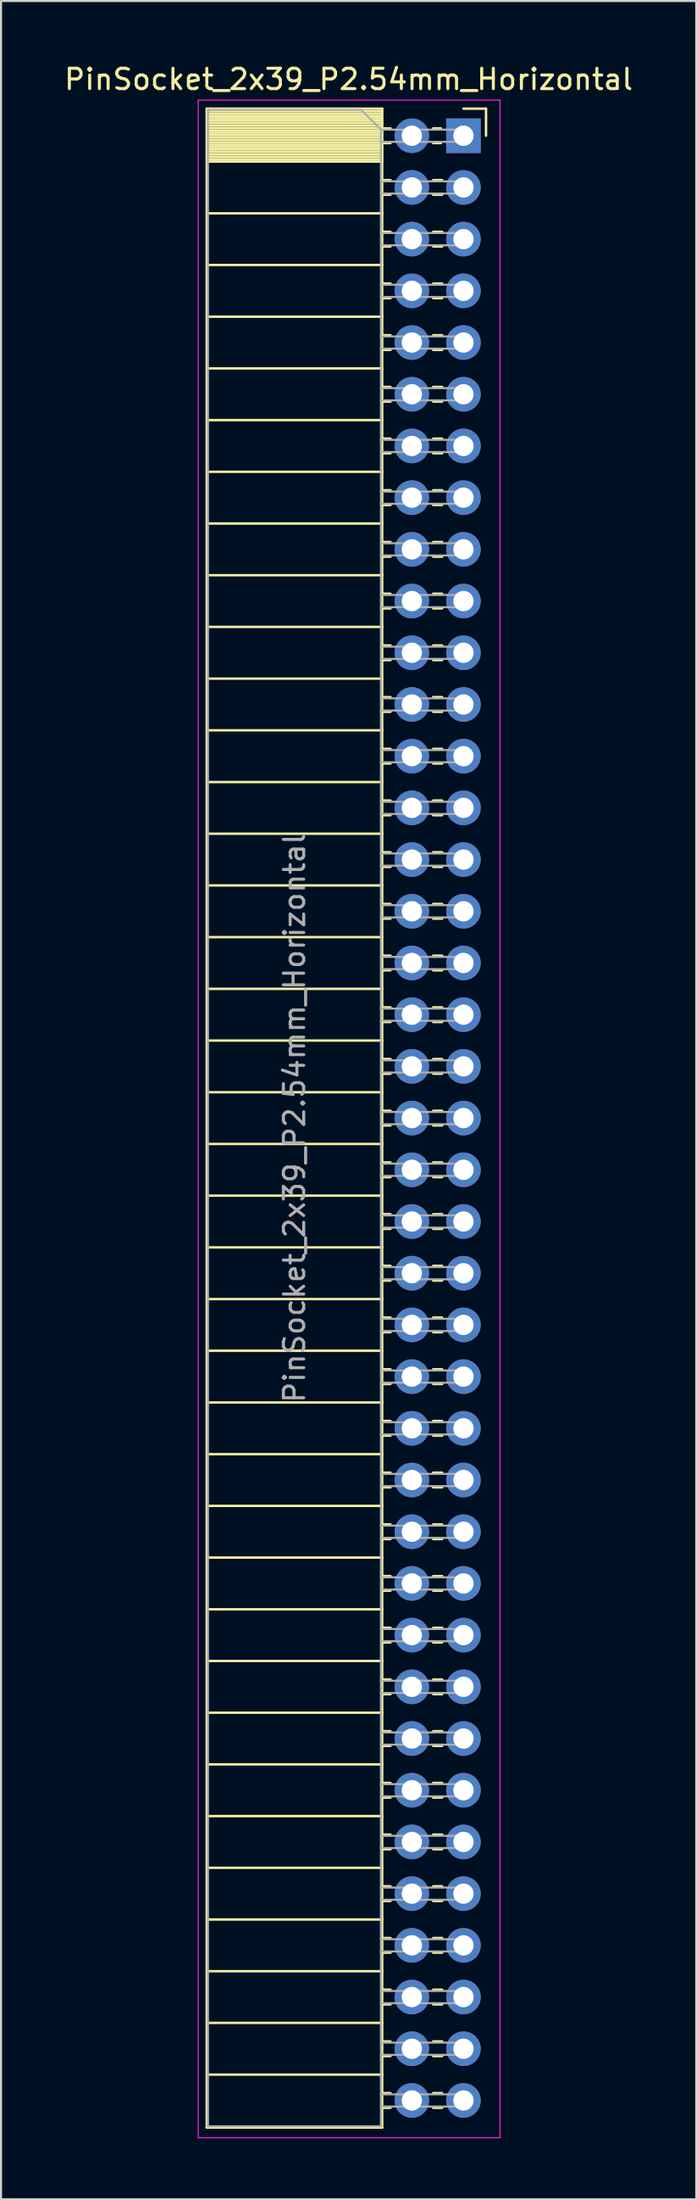
<source format=kicad_pcb>
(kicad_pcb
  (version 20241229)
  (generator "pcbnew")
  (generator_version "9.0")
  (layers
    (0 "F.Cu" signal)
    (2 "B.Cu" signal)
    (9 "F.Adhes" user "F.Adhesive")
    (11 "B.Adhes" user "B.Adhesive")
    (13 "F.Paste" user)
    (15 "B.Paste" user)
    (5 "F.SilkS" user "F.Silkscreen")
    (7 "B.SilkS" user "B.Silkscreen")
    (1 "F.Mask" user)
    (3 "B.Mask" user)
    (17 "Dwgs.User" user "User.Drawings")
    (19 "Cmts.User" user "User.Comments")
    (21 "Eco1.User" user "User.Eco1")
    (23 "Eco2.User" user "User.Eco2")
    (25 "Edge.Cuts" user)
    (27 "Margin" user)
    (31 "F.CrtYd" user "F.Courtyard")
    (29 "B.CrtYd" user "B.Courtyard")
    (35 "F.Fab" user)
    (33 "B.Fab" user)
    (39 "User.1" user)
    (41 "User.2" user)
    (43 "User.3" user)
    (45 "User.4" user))
  (footprint "PinSocket_2x39_P2.54mm_Horizontal"
    (layer "F.Cu")
    (at 19.751 3.618)
    (property "Reference" "PinSocket_2x39_P2.54mm_Horizontal" (at -5.65 -2.77 0) (layer "F.SilkS") (effects (font (size 1 1) (thickness 0.15))))
    (attr through_hole)
    (fp_line (start -12.63 -1.33) (end -12.63 97.85) (stroke (width 0.12) (type solid)) (layer "F.SilkS"))
    (fp_line (start -12.63 -1.33) (end -4 -1.33) (stroke (width 0.12) (type solid)) (layer "F.SilkS"))
    (fp_line (start -12.63 -1.21) (end -4 -1.21) (stroke (width 0.12) (type solid)) (layer "F.SilkS"))
    (fp_line (start -12.63 -1.092) (end -4 -1.092) (stroke (width 0.12) (type solid)) (layer "F.SilkS"))
    (fp_line (start -12.63 -0.974) (end -4 -0.974) (stroke (width 0.12) (type solid)) (layer "F.SilkS"))
    (fp_line (start -12.63 -0.856) (end -4 -0.856) (stroke (width 0.12) (type solid)) (layer "F.SilkS"))
    (fp_line (start -12.63 -0.738) (end -4 -0.738) (stroke (width 0.12) (type solid)) (layer "F.SilkS"))
    (fp_line (start -12.63 -0.62) (end -4 -0.62) (stroke (width 0.12) (type solid)) (layer "F.SilkS"))
    (fp_line (start -12.63 -0.501) (end -4 -0.501) (stroke (width 0.12) (type solid)) (layer "F.SilkS"))
    (fp_line (start -12.63 -0.383) (end -4 -0.383) (stroke (width 0.12) (type solid)) (layer "F.SilkS"))
    (fp_line (start -12.63 -0.265) (end -4 -0.265) (stroke (width 0.12) (type solid)) (layer "F.SilkS"))
    (fp_line (start -12.63 -0.147) (end -4 -0.147) (stroke (width 0.12) (type solid)) (layer "F.SilkS"))
    (fp_line (start -12.63 -0.029) (end -4 -0.029) (stroke (width 0.12) (type solid)) (layer "F.SilkS"))
    (fp_line (start -12.63 0.089) (end -4 0.089) (stroke (width 0.12) (type solid)) (layer "F.SilkS"))
    (fp_line (start -12.63 0.207) (end -4 0.207) (stroke (width 0.12) (type solid)) (layer "F.SilkS"))
    (fp_line (start -12.63 0.325) (end -4 0.325) (stroke (width 0.12) (type solid)) (layer "F.SilkS"))
    (fp_line (start -12.63 0.443) (end -4 0.443) (stroke (width 0.12) (type solid)) (layer "F.SilkS"))
    (fp_line (start -12.63 0.561) (end -4 0.561) (stroke (width 0.12) (type solid)) (layer "F.SilkS"))
    (fp_line (start -12.63 0.68) (end -4 0.68) (stroke (width 0.12) (type solid)) (layer "F.SilkS"))
    (fp_line (start -12.63 0.798) (end -4 0.798) (stroke (width 0.12) (type solid)) (layer "F.SilkS"))
    (fp_line (start -12.63 0.916) (end -4 0.916) (stroke (width 0.12) (type solid)) (layer "F.SilkS"))
    (fp_line (start -12.63 1.034) (end -4 1.034) (stroke (width 0.12) (type solid)) (layer "F.SilkS"))
    (fp_line (start -12.63 1.152) (end -4 1.152) (stroke (width 0.12) (type solid)) (layer "F.SilkS"))
    (fp_line (start -12.63 1.27) (end -4 1.27) (stroke (width 0.12) (type solid)) (layer "F.SilkS"))
    (fp_line (start -12.63 3.81) (end -4 3.81) (stroke (width 0.12) (type solid)) (layer "F.SilkS"))
    (fp_line (start -12.63 6.35) (end -4 6.35) (stroke (width 0.12) (type solid)) (layer "F.SilkS"))
    (fp_line (start -12.63 8.89) (end -4 8.89) (stroke (width 0.12) (type solid)) (layer "F.SilkS"))
    (fp_line (start -12.63 11.43) (end -4 11.43) (stroke (width 0.12) (type solid)) (layer "F.SilkS"))
    (fp_line (start -12.63 13.97) (end -4 13.97) (stroke (width 0.12) (type solid)) (layer "F.SilkS"))
    (fp_line (start -12.63 16.51) (end -4 16.51) (stroke (width 0.12) (type solid)) (layer "F.SilkS"))
    (fp_line (start -12.63 19.05) (end -4 19.05) (stroke (width 0.12) (type solid)) (layer "F.SilkS"))
    (fp_line (start -12.63 21.59) (end -4 21.59) (stroke (width 0.12) (type solid)) (layer "F.SilkS"))
    (fp_line (start -12.63 24.13) (end -4 24.13) (stroke (width 0.12) (type solid)) (layer "F.SilkS"))
    (fp_line (start -12.63 26.67) (end -4 26.67) (stroke (width 0.12) (type solid)) (layer "F.SilkS"))
    (fp_line (start -12.63 29.21) (end -4 29.21) (stroke (width 0.12) (type solid)) (layer "F.SilkS"))
    (fp_line (start -12.63 31.75) (end -4 31.75) (stroke (width 0.12) (type solid)) (layer "F.SilkS"))
    (fp_line (start -12.63 34.29) (end -4 34.29) (stroke (width 0.12) (type solid)) (layer "F.SilkS"))
    (fp_line (start -12.63 36.83) (end -4 36.83) (stroke (width 0.12) (type solid)) (layer "F.SilkS"))
    (fp_line (start -12.63 39.37) (end -4 39.37) (stroke (width 0.12) (type solid)) (layer "F.SilkS"))
    (fp_line (start -12.63 41.91) (end -4 41.91) (stroke (width 0.12) (type solid)) (layer "F.SilkS"))
    (fp_line (start -12.63 44.45) (end -4 44.45) (stroke (width 0.12) (type solid)) (layer "F.SilkS"))
    (fp_line (start -12.63 46.99) (end -4 46.99) (stroke (width 0.12) (type solid)) (layer "F.SilkS"))
    (fp_line (start -12.63 49.53) (end -4 49.53) (stroke (width 0.12) (type solid)) (layer "F.SilkS"))
    (fp_line (start -12.63 52.07) (end -4 52.07) (stroke (width 0.12) (type solid)) (layer "F.SilkS"))
    (fp_line (start -12.63 54.61) (end -4 54.61) (stroke (width 0.12) (type solid)) (layer "F.SilkS"))
    (fp_line (start -12.63 57.15) (end -4 57.15) (stroke (width 0.12) (type solid)) (layer "F.SilkS"))
    (fp_line (start -12.63 59.69) (end -4 59.69) (stroke (width 0.12) (type solid)) (layer "F.SilkS"))
    (fp_line (start -12.63 62.23) (end -4 62.23) (stroke (width 0.12) (type solid)) (layer "F.SilkS"))
    (fp_line (start -12.63 64.77) (end -4 64.77) (stroke (width 0.12) (type solid)) (layer "F.SilkS"))
    (fp_line (start -12.63 67.31) (end -4 67.31) (stroke (width 0.12) (type solid)) (layer "F.SilkS"))
    (fp_line (start -12.63 69.85) (end -4 69.85) (stroke (width 0.12) (type solid)) (layer "F.SilkS"))
    (fp_line (start -12.63 72.39) (end -4 72.39) (stroke (width 0.12) (type solid)) (layer "F.SilkS"))
    (fp_line (start -12.63 74.93) (end -4 74.93) (stroke (width 0.12) (type solid)) (layer "F.SilkS"))
    (fp_line (start -12.63 77.47) (end -4 77.47) (stroke (width 0.12) (type solid)) (layer "F.SilkS"))
    (fp_line (start -12.63 80.01) (end -4 80.01) (stroke (width 0.12) (type solid)) (layer "F.SilkS"))
    (fp_line (start -12.63 82.55) (end -4 82.55) (stroke (width 0.12) (type solid)) (layer "F.SilkS"))
    (fp_line (start -12.63 85.09) (end -4 85.09) (stroke (width 0.12) (type solid)) (layer "F.SilkS"))
    (fp_line (start -12.63 87.63) (end -4 87.63) (stroke (width 0.12) (type solid)) (layer "F.SilkS"))
    (fp_line (start -12.63 90.17) (end -4 90.17) (stroke (width 0.12) (type solid)) (layer "F.SilkS"))
    (fp_line (start -12.63 92.71) (end -4 92.71) (stroke (width 0.12) (type solid)) (layer "F.SilkS"))
    (fp_line (start -12.63 95.25) (end -4 95.25) (stroke (width 0.12) (type solid)) (layer "F.SilkS"))
    (fp_line (start -12.63 97.85) (end -4 97.85) (stroke (width 0.12) (type solid)) (layer "F.SilkS"))
    (fp_line (start -4 -1.33) (end -4 97.85) (stroke (width 0.12) (type solid)) (layer "F.SilkS"))
    (fp_line (start -4 -0.36) (end -3.59 -0.36) (stroke (width 0.12) (type solid)) (layer "F.SilkS"))
    (fp_line (start -4 0.36) (end -3.59 0.36) (stroke (width 0.12) (type solid)) (layer "F.SilkS"))
    (fp_line (start -4 2.18) (end -3.59 2.18) (stroke (width 0.12) (type solid)) (layer "F.SilkS"))
    (fp_line (start -4 2.9) (end -3.59 2.9) (stroke (width 0.12) (type solid)) (layer "F.SilkS"))
    (fp_line (start -4 4.72) (end -3.59 4.72) (stroke (width 0.12) (type solid)) (layer "F.SilkS"))
    (fp_line (start -4 5.44) (end -3.59 5.44) (stroke (width 0.12) (type solid)) (layer "F.SilkS"))
    (fp_line (start -4 7.26) (end -3.59 7.26) (stroke (width 0.12) (type solid)) (layer "F.SilkS"))
    (fp_line (start -4 7.98) (end -3.59 7.98) (stroke (width 0.12) (type solid)) (layer "F.SilkS"))
    (fp_line (start -4 9.8) (end -3.59 9.8) (stroke (width 0.12) (type solid)) (layer "F.SilkS"))
    (fp_line (start -4 10.52) (end -3.59 10.52) (stroke (width 0.12) (type solid)) (layer "F.SilkS"))
    (fp_line (start -4 12.34) (end -3.59 12.34) (stroke (width 0.12) (type solid)) (layer "F.SilkS"))
    (fp_line (start -4 13.06) (end -3.59 13.06) (stroke (width 0.12) (type solid)) (layer "F.SilkS"))
    (fp_line (start -4 14.88) (end -3.59 14.88) (stroke (width 0.12) (type solid)) (layer "F.SilkS"))
    (fp_line (start -4 15.6) (end -3.59 15.6) (stroke (width 0.12) (type solid)) (layer "F.SilkS"))
    (fp_line (start -4 17.42) (end -3.59 17.42) (stroke (width 0.12) (type solid)) (layer "F.SilkS"))
    (fp_line (start -4 18.14) (end -3.59 18.14) (stroke (width 0.12) (type solid)) (layer "F.SilkS"))
    (fp_line (start -4 19.96) (end -3.59 19.96) (stroke (width 0.12) (type solid)) (layer "F.SilkS"))
    (fp_line (start -4 20.68) (end -3.59 20.68) (stroke (width 0.12) (type solid)) (layer "F.SilkS"))
    (fp_line (start -4 22.5) (end -3.59 22.5) (stroke (width 0.12) (type solid)) (layer "F.SilkS"))
    (fp_line (start -4 23.22) (end -3.59 23.22) (stroke (width 0.12) (type solid)) (layer "F.SilkS"))
    (fp_line (start -4 25.04) (end -3.59 25.04) (stroke (width 0.12) (type solid)) (layer "F.SilkS"))
    (fp_line (start -4 25.76) (end -3.59 25.76) (stroke (width 0.12) (type solid)) (layer "F.SilkS"))
    (fp_line (start -4 27.58) (end -3.59 27.58) (stroke (width 0.12) (type solid)) (layer "F.SilkS"))
    (fp_line (start -4 28.3) (end -3.59 28.3) (stroke (width 0.12) (type solid)) (layer "F.SilkS"))
    (fp_line (start -4 30.12) (end -3.59 30.12) (stroke (width 0.12) (type solid)) (layer "F.SilkS"))
    (fp_line (start -4 30.84) (end -3.59 30.84) (stroke (width 0.12) (type solid)) (layer "F.SilkS"))
    (fp_line (start -4 32.66) (end -3.59 32.66) (stroke (width 0.12) (type solid)) (layer "F.SilkS"))
    (fp_line (start -4 33.38) (end -3.59 33.38) (stroke (width 0.12) (type solid)) (layer "F.SilkS"))
    (fp_line (start -4 35.2) (end -3.59 35.2) (stroke (width 0.12) (type solid)) (layer "F.SilkS"))
    (fp_line (start -4 35.92) (end -3.59 35.92) (stroke (width 0.12) (type solid)) (layer "F.SilkS"))
    (fp_line (start -4 37.74) (end -3.59 37.74) (stroke (width 0.12) (type solid)) (layer "F.SilkS"))
    (fp_line (start -4 38.46) (end -3.59 38.46) (stroke (width 0.12) (type solid)) (layer "F.SilkS"))
    (fp_line (start -4 40.28) (end -3.59 40.28) (stroke (width 0.12) (type solid)) (layer "F.SilkS"))
    (fp_line (start -4 41) (end -3.59 41) (stroke (width 0.12) (type solid)) (layer "F.SilkS"))
    (fp_line (start -4 42.82) (end -3.59 42.82) (stroke (width 0.12) (type solid)) (layer "F.SilkS"))
    (fp_line (start -4 43.54) (end -3.59 43.54) (stroke (width 0.12) (type solid)) (layer "F.SilkS"))
    (fp_line (start -4 45.36) (end -3.59 45.36) (stroke (width 0.12) (type solid)) (layer "F.SilkS"))
    (fp_line (start -4 46.08) (end -3.59 46.08) (stroke (width 0.12) (type solid)) (layer "F.SilkS"))
    (fp_line (start -4 47.9) (end -3.59 47.9) (stroke (width 0.12) (type solid)) (layer "F.SilkS"))
    (fp_line (start -4 48.62) (end -3.59 48.62) (stroke (width 0.12) (type solid)) (layer "F.SilkS"))
    (fp_line (start -4 50.44) (end -3.59 50.44) (stroke (width 0.12) (type solid)) (layer "F.SilkS"))
    (fp_line (start -4 51.16) (end -3.59 51.16) (stroke (width 0.12) (type solid)) (layer "F.SilkS"))
    (fp_line (start -4 52.98) (end -3.59 52.98) (stroke (width 0.12) (type solid)) (layer "F.SilkS"))
    (fp_line (start -4 53.7) (end -3.59 53.7) (stroke (width 0.12) (type solid)) (layer "F.SilkS"))
    (fp_line (start -4 55.52) (end -3.59 55.52) (stroke (width 0.12) (type solid)) (layer "F.SilkS"))
    (fp_line (start -4 56.24) (end -3.59 56.24) (stroke (width 0.12) (type solid)) (layer "F.SilkS"))
    (fp_line (start -4 58.06) (end -3.59 58.06) (stroke (width 0.12) (type solid)) (layer "F.SilkS"))
    (fp_line (start -4 58.78) (end -3.59 58.78) (stroke (width 0.12) (type solid)) (layer "F.SilkS"))
    (fp_line (start -4 60.6) (end -3.59 60.6) (stroke (width 0.12) (type solid)) (layer "F.SilkS"))
    (fp_line (start -4 61.32) (end -3.59 61.32) (stroke (width 0.12) (type solid)) (layer "F.SilkS"))
    (fp_line (start -4 63.14) (end -3.59 63.14) (stroke (width 0.12) (type solid)) (layer "F.SilkS"))
    (fp_line (start -4 63.86) (end -3.59 63.86) (stroke (width 0.12) (type solid)) (layer "F.SilkS"))
    (fp_line (start -4 65.68) (end -3.59 65.68) (stroke (width 0.12) (type solid)) (layer "F.SilkS"))
    (fp_line (start -4 66.4) (end -3.59 66.4) (stroke (width 0.12) (type solid)) (layer "F.SilkS"))
    (fp_line (start -4 68.22) (end -3.59 68.22) (stroke (width 0.12) (type solid)) (layer "F.SilkS"))
    (fp_line (start -4 68.94) (end -3.59 68.94) (stroke (width 0.12) (type solid)) (layer "F.SilkS"))
    (fp_line (start -4 70.76) (end -3.59 70.76) (stroke (width 0.12) (type solid)) (layer "F.SilkS"))
    (fp_line (start -4 71.48) (end -3.59 71.48) (stroke (width 0.12) (type solid)) (layer "F.SilkS"))
    (fp_line (start -4 73.3) (end -3.59 73.3) (stroke (width 0.12) (type solid)) (layer "F.SilkS"))
    (fp_line (start -4 74.02) (end -3.59 74.02) (stroke (width 0.12) (type solid)) (layer "F.SilkS"))
    (fp_line (start -4 75.84) (end -3.59 75.84) (stroke (width 0.12) (type solid)) (layer "F.SilkS"))
    (fp_line (start -4 76.56) (end -3.59 76.56) (stroke (width 0.12) (type solid)) (layer "F.SilkS"))
    (fp_line (start -4 78.38) (end -3.59 78.38) (stroke (width 0.12) (type solid)) (layer "F.SilkS"))
    (fp_line (start -4 79.1) (end -3.59 79.1) (stroke (width 0.12) (type solid)) (layer "F.SilkS"))
    (fp_line (start -4 80.92) (end -3.59 80.92) (stroke (width 0.12) (type solid)) (layer "F.SilkS"))
    (fp_line (start -4 81.64) (end -3.59 81.64) (stroke (width 0.12) (type solid)) (layer "F.SilkS"))
    (fp_line (start -4 83.46) (end -3.59 83.46) (stroke (width 0.12) (type solid)) (layer "F.SilkS"))
    (fp_line (start -4 84.18) (end -3.59 84.18) (stroke (width 0.12) (type solid)) (layer "F.SilkS"))
    (fp_line (start -4 86) (end -3.59 86) (stroke (width 0.12) (type solid)) (layer "F.SilkS"))
    (fp_line (start -4 86.72) (end -3.59 86.72) (stroke (width 0.12) (type solid)) (layer "F.SilkS"))
    (fp_line (start -4 88.54) (end -3.59 88.54) (stroke (width 0.12) (type solid)) (layer "F.SilkS"))
    (fp_line (start -4 89.26) (end -3.59 89.26) (stroke (width 0.12) (type solid)) (layer "F.SilkS"))
    (fp_line (start -4 91.08) (end -3.59 91.08) (stroke (width 0.12) (type solid)) (layer "F.SilkS"))
    (fp_line (start -4 91.8) (end -3.59 91.8) (stroke (width 0.12) (type solid)) (layer "F.SilkS"))
    (fp_line (start -4 93.62) (end -3.59 93.62) (stroke (width 0.12) (type solid)) (layer "F.SilkS"))
    (fp_line (start -4 94.34) (end -3.59 94.34) (stroke (width 0.12) (type solid)) (layer "F.SilkS"))
    (fp_line (start -4 96.16) (end -3.59 96.16) (stroke (width 0.12) (type solid)) (layer "F.SilkS"))
    (fp_line (start -4 96.88) (end -3.59 96.88) (stroke (width 0.12) (type solid)) (layer "F.SilkS"))
    (fp_line (start -1.49 -0.36) (end -1.11 -0.36) (stroke (width 0.12) (type solid)) (layer "F.SilkS"))
    (fp_line (start -1.49 0.36) (end -1.11 0.36) (stroke (width 0.12) (type solid)) (layer "F.SilkS"))
    (fp_line (start -1.49 2.18) (end -1.05 2.18) (stroke (width 0.12) (type solid)) (layer "F.SilkS"))
    (fp_line (start -1.49 2.9) (end -1.05 2.9) (stroke (width 0.12) (type solid)) (layer "F.SilkS"))
    (fp_line (start -1.49 4.72) (end -1.05 4.72) (stroke (width 0.12) (type solid)) (layer "F.SilkS"))
    (fp_line (start -1.49 5.44) (end -1.05 5.44) (stroke (width 0.12) (type solid)) (layer "F.SilkS"))
    (fp_line (start -1.49 7.26) (end -1.05 7.26) (stroke (width 0.12) (type solid)) (layer "F.SilkS"))
    (fp_line (start -1.49 7.98) (end -1.05 7.98) (stroke (width 0.12) (type solid)) (layer "F.SilkS"))
    (fp_line (start -1.49 9.8) (end -1.05 9.8) (stroke (width 0.12) (type solid)) (layer "F.SilkS"))
    (fp_line (start -1.49 10.52) (end -1.05 10.52) (stroke (width 0.12) (type solid)) (layer "F.SilkS"))
    (fp_line (start -1.49 12.34) (end -1.05 12.34) (stroke (width 0.12) (type solid)) (layer "F.SilkS"))
    (fp_line (start -1.49 13.06) (end -1.05 13.06) (stroke (width 0.12) (type solid)) (layer "F.SilkS"))
    (fp_line (start -1.49 14.88) (end -1.05 14.88) (stroke (width 0.12) (type solid)) (layer "F.SilkS"))
    (fp_line (start -1.49 15.6) (end -1.05 15.6) (stroke (width 0.12) (type solid)) (layer "F.SilkS"))
    (fp_line (start -1.49 17.42) (end -1.05 17.42) (stroke (width 0.12) (type solid)) (layer "F.SilkS"))
    (fp_line (start -1.49 18.14) (end -1.05 18.14) (stroke (width 0.12) (type solid)) (layer "F.SilkS"))
    (fp_line (start -1.49 19.96) (end -1.05 19.96) (stroke (width 0.12) (type solid)) (layer "F.SilkS"))
    (fp_line (start -1.49 20.68) (end -1.05 20.68) (stroke (width 0.12) (type solid)) (layer "F.SilkS"))
    (fp_line (start -1.49 22.5) (end -1.05 22.5) (stroke (width 0.12) (type solid)) (layer "F.SilkS"))
    (fp_line (start -1.49 23.22) (end -1.05 23.22) (stroke (width 0.12) (type solid)) (layer "F.SilkS"))
    (fp_line (start -1.49 25.04) (end -1.05 25.04) (stroke (width 0.12) (type solid)) (layer "F.SilkS"))
    (fp_line (start -1.49 25.76) (end -1.05 25.76) (stroke (width 0.12) (type solid)) (layer "F.SilkS"))
    (fp_line (start -1.49 27.58) (end -1.05 27.58) (stroke (width 0.12) (type solid)) (layer "F.SilkS"))
    (fp_line (start -1.49 28.3) (end -1.05 28.3) (stroke (width 0.12) (type solid)) (layer "F.SilkS"))
    (fp_line (start -1.49 30.12) (end -1.05 30.12) (stroke (width 0.12) (type solid)) (layer "F.SilkS"))
    (fp_line (start -1.49 30.84) (end -1.05 30.84) (stroke (width 0.12) (type solid)) (layer "F.SilkS"))
    (fp_line (start -1.49 32.66) (end -1.05 32.66) (stroke (width 0.12) (type solid)) (layer "F.SilkS"))
    (fp_line (start -1.49 33.38) (end -1.05 33.38) (stroke (width 0.12) (type solid)) (layer "F.SilkS"))
    (fp_line (start -1.49 35.2) (end -1.05 35.2) (stroke (width 0.12) (type solid)) (layer "F.SilkS"))
    (fp_line (start -1.49 35.92) (end -1.05 35.92) (stroke (width 0.12) (type solid)) (layer "F.SilkS"))
    (fp_line (start -1.49 37.74) (end -1.05 37.74) (stroke (width 0.12) (type solid)) (layer "F.SilkS"))
    (fp_line (start -1.49 38.46) (end -1.05 38.46) (stroke (width 0.12) (type solid)) (layer "F.SilkS"))
    (fp_line (start -1.49 40.28) (end -1.05 40.28) (stroke (width 0.12) (type solid)) (layer "F.SilkS"))
    (fp_line (start -1.49 41) (end -1.05 41) (stroke (width 0.12) (type solid)) (layer "F.SilkS"))
    (fp_line (start -1.49 42.82) (end -1.05 42.82) (stroke (width 0.12) (type solid)) (layer "F.SilkS"))
    (fp_line (start -1.49 43.54) (end -1.05 43.54) (stroke (width 0.12) (type solid)) (layer "F.SilkS"))
    (fp_line (start -1.49 45.36) (end -1.05 45.36) (stroke (width 0.12) (type solid)) (layer "F.SilkS"))
    (fp_line (start -1.49 46.08) (end -1.05 46.08) (stroke (width 0.12) (type solid)) (layer "F.SilkS"))
    (fp_line (start -1.49 47.9) (end -1.05 47.9) (stroke (width 0.12) (type solid)) (layer "F.SilkS"))
    (fp_line (start -1.49 48.62) (end -1.05 48.62) (stroke (width 0.12) (type solid)) (layer "F.SilkS"))
    (fp_line (start -1.49 50.44) (end -1.05 50.44) (stroke (width 0.12) (type solid)) (layer "F.SilkS"))
    (fp_line (start -1.49 51.16) (end -1.05 51.16) (stroke (width 0.12) (type solid)) (layer "F.SilkS"))
    (fp_line (start -1.49 52.98) (end -1.05 52.98) (stroke (width 0.12) (type solid)) (layer "F.SilkS"))
    (fp_line (start -1.49 53.7) (end -1.05 53.7) (stroke (width 0.12) (type solid)) (layer "F.SilkS"))
    (fp_line (start -1.49 55.52) (end -1.05 55.52) (stroke (width 0.12) (type solid)) (layer "F.SilkS"))
    (fp_line (start -1.49 56.24) (end -1.05 56.24) (stroke (width 0.12) (type solid)) (layer "F.SilkS"))
    (fp_line (start -1.49 58.06) (end -1.05 58.06) (stroke (width 0.12) (type solid)) (layer "F.SilkS"))
    (fp_line (start -1.49 58.78) (end -1.05 58.78) (stroke (width 0.12) (type solid)) (layer "F.SilkS"))
    (fp_line (start -1.49 60.6) (end -1.05 60.6) (stroke (width 0.12) (type solid)) (layer "F.SilkS"))
    (fp_line (start -1.49 61.32) (end -1.05 61.32) (stroke (width 0.12) (type solid)) (layer "F.SilkS"))
    (fp_line (start -1.49 63.14) (end -1.05 63.14) (stroke (width 0.12) (type solid)) (layer "F.SilkS"))
    (fp_line (start -1.49 63.86) (end -1.05 63.86) (stroke (width 0.12) (type solid)) (layer "F.SilkS"))
    (fp_line (start -1.49 65.68) (end -1.05 65.68) (stroke (width 0.12) (type solid)) (layer "F.SilkS"))
    (fp_line (start -1.49 66.4) (end -1.05 66.4) (stroke (width 0.12) (type solid)) (layer "F.SilkS"))
    (fp_line (start -1.49 68.22) (end -1.05 68.22) (stroke (width 0.12) (type solid)) (layer "F.SilkS"))
    (fp_line (start -1.49 68.94) (end -1.05 68.94) (stroke (width 0.12) (type solid)) (layer "F.SilkS"))
    (fp_line (start -1.49 70.76) (end -1.05 70.76) (stroke (width 0.12) (type solid)) (layer "F.SilkS"))
    (fp_line (start -1.49 71.48) (end -1.05 71.48) (stroke (width 0.12) (type solid)) (layer "F.SilkS"))
    (fp_line (start -1.49 73.3) (end -1.05 73.3) (stroke (width 0.12) (type solid)) (layer "F.SilkS"))
    (fp_line (start -1.49 74.02) (end -1.05 74.02) (stroke (width 0.12) (type solid)) (layer "F.SilkS"))
    (fp_line (start -1.49 75.84) (end -1.05 75.84) (stroke (width 0.12) (type solid)) (layer "F.SilkS"))
    (fp_line (start -1.49 76.56) (end -1.05 76.56) (stroke (width 0.12) (type solid)) (layer "F.SilkS"))
    (fp_line (start -1.49 78.38) (end -1.05 78.38) (stroke (width 0.12) (type solid)) (layer "F.SilkS"))
    (fp_line (start -1.49 79.1) (end -1.05 79.1) (stroke (width 0.12) (type solid)) (layer "F.SilkS"))
    (fp_line (start -1.49 80.92) (end -1.05 80.92) (stroke (width 0.12) (type solid)) (layer "F.SilkS"))
    (fp_line (start -1.49 81.64) (end -1.05 81.64) (stroke (width 0.12) (type solid)) (layer "F.SilkS"))
    (fp_line (start -1.49 83.46) (end -1.05 83.46) (stroke (width 0.12) (type solid)) (layer "F.SilkS"))
    (fp_line (start -1.49 84.18) (end -1.05 84.18) (stroke (width 0.12) (type solid)) (layer "F.SilkS"))
    (fp_line (start -1.49 86) (end -1.05 86) (stroke (width 0.12) (type solid)) (layer "F.SilkS"))
    (fp_line (start -1.49 86.72) (end -1.05 86.72) (stroke (width 0.12) (type solid)) (layer "F.SilkS"))
    (fp_line (start -1.49 88.54) (end -1.05 88.54) (stroke (width 0.12) (type solid)) (layer "F.SilkS"))
    (fp_line (start -1.49 89.26) (end -1.05 89.26) (stroke (width 0.12) (type solid)) (layer "F.SilkS"))
    (fp_line (start -1.49 91.08) (end -1.05 91.08) (stroke (width 0.12) (type solid)) (layer "F.SilkS"))
    (fp_line (start -1.49 91.8) (end -1.05 91.8) (stroke (width 0.12) (type solid)) (layer "F.SilkS"))
    (fp_line (start -1.49 93.62) (end -1.05 93.62) (stroke (width 0.12) (type solid)) (layer "F.SilkS"))
    (fp_line (start -1.49 94.34) (end -1.05 94.34) (stroke (width 0.12) (type solid)) (layer "F.SilkS"))
    (fp_line (start -1.49 96.16) (end -1.05 96.16) (stroke (width 0.12) (type solid)) (layer "F.SilkS"))
    (fp_line (start -1.49 96.88) (end -1.05 96.88) (stroke (width 0.12) (type solid)) (layer "F.SilkS"))
    (fp_line (start 0 -1.33) (end 1.11 -1.33) (stroke (width 0.12) (type solid)) (layer "F.SilkS"))
    (fp_line (start 1.11 -1.33) (end 1.11 0) (stroke (width 0.12) (type solid)) (layer "F.SilkS"))
    (fp_line (start -13.05 -1.75) (end -13.05 98.35) (stroke (width 0.05) (type solid)) (layer "F.CrtYd"))
    (fp_line (start -13.05 98.35) (end 1.8 98.35) (stroke (width 0.05) (type solid)) (layer "F.CrtYd"))
    (fp_line (start 1.8 -1.75) (end -13.05 -1.75) (stroke (width 0.05) (type solid)) (layer "F.CrtYd"))
    (fp_line (start 1.8 98.35) (end 1.8 -1.75) (stroke (width 0.05) (type solid)) (layer "F.CrtYd"))
    (fp_line (start -12.57 -1.27) (end -5.03 -1.27) (stroke (width 0.1) (type solid)) (layer "F.Fab"))
    (fp_line (start -12.57 97.79) (end -12.57 -1.27) (stroke (width 0.1) (type solid)) (layer "F.Fab"))
    (fp_line (start -5.03 -1.27) (end -4.06 -0.3) (stroke (width 0.1) (type solid)) (layer "F.Fab"))
    (fp_line (start -4.06 -0.3) (end -4.06 97.79) (stroke (width 0.1) (type solid)) (layer "F.Fab"))
    (fp_line (start -4.06 0.3) (end 0 0.3) (stroke (width 0.1) (type solid)) (layer "F.Fab"))
    (fp_line (start -4.06 2.84) (end 0 2.84) (stroke (width 0.1) (type solid)) (layer "F.Fab"))
    (fp_line (start -4.06 5.38) (end 0 5.38) (stroke (width 0.1) (type solid)) (layer "F.Fab"))
    (fp_line (start -4.06 7.92) (end 0 7.92) (stroke (width 0.1) (type solid)) (layer "F.Fab"))
    (fp_line (start -4.06 10.46) (end 0 10.46) (stroke (width 0.1) (type solid)) (layer "F.Fab"))
    (fp_line (start -4.06 13) (end 0 13) (stroke (width 0.1) (type solid)) (layer "F.Fab"))
    (fp_line (start -4.06 15.54) (end 0 15.54) (stroke (width 0.1) (type solid)) (layer "F.Fab"))
    (fp_line (start -4.06 18.08) (end 0 18.08) (stroke (width 0.1) (type solid)) (layer "F.Fab"))
    (fp_line (start -4.06 20.62) (end 0 20.62) (stroke (width 0.1) (type solid)) (layer "F.Fab"))
    (fp_line (start -4.06 23.16) (end 0 23.16) (stroke (width 0.1) (type solid)) (layer "F.Fab"))
    (fp_line (start -4.06 25.7) (end 0 25.7) (stroke (width 0.1) (type solid)) (layer "F.Fab"))
    (fp_line (start -4.06 28.24) (end 0 28.24) (stroke (width 0.1) (type solid)) (layer "F.Fab"))
    (fp_line (start -4.06 30.78) (end 0 30.78) (stroke (width 0.1) (type solid)) (layer "F.Fab"))
    (fp_line (start -4.06 33.32) (end 0 33.32) (stroke (width 0.1) (type solid)) (layer "F.Fab"))
    (fp_line (start -4.06 35.86) (end 0 35.86) (stroke (width 0.1) (type solid)) (layer "F.Fab"))
    (fp_line (start -4.06 38.4) (end 0 38.4) (stroke (width 0.1) (type solid)) (layer "F.Fab"))
    (fp_line (start -4.06 40.94) (end 0 40.94) (stroke (width 0.1) (type solid)) (layer "F.Fab"))
    (fp_line (start -4.06 43.48) (end 0 43.48) (stroke (width 0.1) (type solid)) (layer "F.Fab"))
    (fp_line (start -4.06 46.02) (end 0 46.02) (stroke (width 0.1) (type solid)) (layer "F.Fab"))
    (fp_line (start -4.06 48.56) (end 0 48.56) (stroke (width 0.1) (type solid)) (layer "F.Fab"))
    (fp_line (start -4.06 51.1) (end 0 51.1) (stroke (width 0.1) (type solid)) (layer "F.Fab"))
    (fp_line (start -4.06 53.64) (end 0 53.64) (stroke (width 0.1) (type solid)) (layer "F.Fab"))
    (fp_line (start -4.06 56.18) (end 0 56.18) (stroke (width 0.1) (type solid)) (layer "F.Fab"))
    (fp_line (start -4.06 58.72) (end 0 58.72) (stroke (width 0.1) (type solid)) (layer "F.Fab"))
    (fp_line (start -4.06 61.26) (end 0 61.26) (stroke (width 0.1) (type solid)) (layer "F.Fab"))
    (fp_line (start -4.06 63.8) (end 0 63.8) (stroke (width 0.1) (type solid)) (layer "F.Fab"))
    (fp_line (start -4.06 66.34) (end 0 66.34) (stroke (width 0.1) (type solid)) (layer "F.Fab"))
    (fp_line (start -4.06 68.88) (end 0 68.88) (stroke (width 0.1) (type solid)) (layer "F.Fab"))
    (fp_line (start -4.06 71.42) (end 0 71.42) (stroke (width 0.1) (type solid)) (layer "F.Fab"))
    (fp_line (start -4.06 73.96) (end 0 73.96) (stroke (width 0.1) (type solid)) (layer "F.Fab"))
    (fp_line (start -4.06 76.5) (end 0 76.5) (stroke (width 0.1) (type solid)) (layer "F.Fab"))
    (fp_line (start -4.06 79.04) (end 0 79.04) (stroke (width 0.1) (type solid)) (layer "F.Fab"))
    (fp_line (start -4.06 81.58) (end 0 81.58) (stroke (width 0.1) (type solid)) (layer "F.Fab"))
    (fp_line (start -4.06 84.12) (end 0 84.12) (stroke (width 0.1) (type solid)) (layer "F.Fab"))
    (fp_line (start -4.06 86.66) (end 0 86.66) (stroke (width 0.1) (type solid)) (layer "F.Fab"))
    (fp_line (start -4.06 89.2) (end 0 89.2) (stroke (width 0.1) (type solid)) (layer "F.Fab"))
    (fp_line (start -4.06 91.74) (end 0 91.74) (stroke (width 0.1) (type solid)) (layer "F.Fab"))
    (fp_line (start -4.06 94.28) (end 0 94.28) (stroke (width 0.1) (type solid)) (layer "F.Fab"))
    (fp_line (start -4.06 96.82) (end 0 96.82) (stroke (width 0.1) (type solid)) (layer "F.Fab"))
    (fp_line (start -4.06 97.79) (end -12.57 97.79) (stroke (width 0.1) (type solid)) (layer "F.Fab"))
    (fp_line (start 0 -0.3) (end -4.06 -0.3) (stroke (width 0.1) (type solid)) (layer "F.Fab"))
    (fp_line (start 0 0.3) (end 0 -0.3) (stroke (width 0.1) (type solid)) (layer "F.Fab"))
    (fp_line (start 0 2.24) (end -4.06 2.24) (stroke (width 0.1) (type solid)) (layer "F.Fab"))
    (fp_line (start 0 2.84) (end 0 2.24) (stroke (width 0.1) (type solid)) (layer "F.Fab"))
    (fp_line (start 0 4.78) (end -4.06 4.78) (stroke (width 0.1) (type solid)) (layer "F.Fab"))
    (fp_line (start 0 5.38) (end 0 4.78) (stroke (width 0.1) (type solid)) (layer "F.Fab"))
    (fp_line (start 0 7.32) (end -4.06 7.32) (stroke (width 0.1) (type solid)) (layer "F.Fab"))
    (fp_line (start 0 7.92) (end 0 7.32) (stroke (width 0.1) (type solid)) (layer "F.Fab"))
    (fp_line (start 0 9.86) (end -4.06 9.86) (stroke (width 0.1) (type solid)) (layer "F.Fab"))
    (fp_line (start 0 10.46) (end 0 9.86) (stroke (width 0.1) (type solid)) (layer "F.Fab"))
    (fp_line (start 0 12.4) (end -4.06 12.4) (stroke (width 0.1) (type solid)) (layer "F.Fab"))
    (fp_line (start 0 13) (end 0 12.4) (stroke (width 0.1) (type solid)) (layer "F.Fab"))
    (fp_line (start 0 14.94) (end -4.06 14.94) (stroke (width 0.1) (type solid)) (layer "F.Fab"))
    (fp_line (start 0 15.54) (end 0 14.94) (stroke (width 0.1) (type solid)) (layer "F.Fab"))
    (fp_line (start 0 17.48) (end -4.06 17.48) (stroke (width 0.1) (type solid)) (layer "F.Fab"))
    (fp_line (start 0 18.08) (end 0 17.48) (stroke (width 0.1) (type solid)) (layer "F.Fab"))
    (fp_line (start 0 20.02) (end -4.06 20.02) (stroke (width 0.1) (type solid)) (layer "F.Fab"))
    (fp_line (start 0 20.62) (end 0 20.02) (stroke (width 0.1) (type solid)) (layer "F.Fab"))
    (fp_line (start 0 22.56) (end -4.06 22.56) (stroke (width 0.1) (type solid)) (layer "F.Fab"))
    (fp_line (start 0 23.16) (end 0 22.56) (stroke (width 0.1) (type solid)) (layer "F.Fab"))
    (fp_line (start 0 25.1) (end -4.06 25.1) (stroke (width 0.1) (type solid)) (layer "F.Fab"))
    (fp_line (start 0 25.7) (end 0 25.1) (stroke (width 0.1) (type solid)) (layer "F.Fab"))
    (fp_line (start 0 27.64) (end -4.06 27.64) (stroke (width 0.1) (type solid)) (layer "F.Fab"))
    (fp_line (start 0 28.24) (end 0 27.64) (stroke (width 0.1) (type solid)) (layer "F.Fab"))
    (fp_line (start 0 30.18) (end -4.06 30.18) (stroke (width 0.1) (type solid)) (layer "F.Fab"))
    (fp_line (start 0 30.78) (end 0 30.18) (stroke (width 0.1) (type solid)) (layer "F.Fab"))
    (fp_line (start 0 32.72) (end -4.06 32.72) (stroke (width 0.1) (type solid)) (layer "F.Fab"))
    (fp_line (start 0 33.32) (end 0 32.72) (stroke (width 0.1) (type solid)) (layer "F.Fab"))
    (fp_line (start 0 35.26) (end -4.06 35.26) (stroke (width 0.1) (type solid)) (layer "F.Fab"))
    (fp_line (start 0 35.86) (end 0 35.26) (stroke (width 0.1) (type solid)) (layer "F.Fab"))
    (fp_line (start 0 37.8) (end -4.06 37.8) (stroke (width 0.1) (type solid)) (layer "F.Fab"))
    (fp_line (start 0 38.4) (end 0 37.8) (stroke (width 0.1) (type solid)) (layer "F.Fab"))
    (fp_line (start 0 40.34) (end -4.06 40.34) (stroke (width 0.1) (type solid)) (layer "F.Fab"))
    (fp_line (start 0 40.94) (end 0 40.34) (stroke (width 0.1) (type solid)) (layer "F.Fab"))
    (fp_line (start 0 42.88) (end -4.06 42.88) (stroke (width 0.1) (type solid)) (layer "F.Fab"))
    (fp_line (start 0 43.48) (end 0 42.88) (stroke (width 0.1) (type solid)) (layer "F.Fab"))
    (fp_line (start 0 45.42) (end -4.06 45.42) (stroke (width 0.1) (type solid)) (layer "F.Fab"))
    (fp_line (start 0 46.02) (end 0 45.42) (stroke (width 0.1) (type solid)) (layer "F.Fab"))
    (fp_line (start 0 47.96) (end -4.06 47.96) (stroke (width 0.1) (type solid)) (layer "F.Fab"))
    (fp_line (start 0 48.56) (end 0 47.96) (stroke (width 0.1) (type solid)) (layer "F.Fab"))
    (fp_line (start 0 50.5) (end -4.06 50.5) (stroke (width 0.1) (type solid)) (layer "F.Fab"))
    (fp_line (start 0 51.1) (end 0 50.5) (stroke (width 0.1) (type solid)) (layer "F.Fab"))
    (fp_line (start 0 53.04) (end -4.06 53.04) (stroke (width 0.1) (type solid)) (layer "F.Fab"))
    (fp_line (start 0 53.64) (end 0 53.04) (stroke (width 0.1) (type solid)) (layer "F.Fab"))
    (fp_line (start 0 55.58) (end -4.06 55.58) (stroke (width 0.1) (type solid)) (layer "F.Fab"))
    (fp_line (start 0 56.18) (end 0 55.58) (stroke (width 0.1) (type solid)) (layer "F.Fab"))
    (fp_line (start 0 58.12) (end -4.06 58.12) (stroke (width 0.1) (type solid)) (layer "F.Fab"))
    (fp_line (start 0 58.72) (end 0 58.12) (stroke (width 0.1) (type solid)) (layer "F.Fab"))
    (fp_line (start 0 60.66) (end -4.06 60.66) (stroke (width 0.1) (type solid)) (layer "F.Fab"))
    (fp_line (start 0 61.26) (end 0 60.66) (stroke (width 0.1) (type solid)) (layer "F.Fab"))
    (fp_line (start 0 63.2) (end -4.06 63.2) (stroke (width 0.1) (type solid)) (layer "F.Fab"))
    (fp_line (start 0 63.8) (end 0 63.2) (stroke (width 0.1) (type solid)) (layer "F.Fab"))
    (fp_line (start 0 65.74) (end -4.06 65.74) (stroke (width 0.1) (type solid)) (layer "F.Fab"))
    (fp_line (start 0 66.34) (end 0 65.74) (stroke (width 0.1) (type solid)) (layer "F.Fab"))
    (fp_line (start 0 68.28) (end -4.06 68.28) (stroke (width 0.1) (type solid)) (layer "F.Fab"))
    (fp_line (start 0 68.88) (end 0 68.28) (stroke (width 0.1) (type solid)) (layer "F.Fab"))
    (fp_line (start 0 70.82) (end -4.06 70.82) (stroke (width 0.1) (type solid)) (layer "F.Fab"))
    (fp_line (start 0 71.42) (end 0 70.82) (stroke (width 0.1) (type solid)) (layer "F.Fab"))
    (fp_line (start 0 73.36) (end -4.06 73.36) (stroke (width 0.1) (type solid)) (layer "F.Fab"))
    (fp_line (start 0 73.96) (end 0 73.36) (stroke (width 0.1) (type solid)) (layer "F.Fab"))
    (fp_line (start 0 75.9) (end -4.06 75.9) (stroke (width 0.1) (type solid)) (layer "F.Fab"))
    (fp_line (start 0 76.5) (end 0 75.9) (stroke (width 0.1) (type solid)) (layer "F.Fab"))
    (fp_line (start 0 78.44) (end -4.06 78.44) (stroke (width 0.1) (type solid)) (layer "F.Fab"))
    (fp_line (start 0 79.04) (end 0 78.44) (stroke (width 0.1) (type solid)) (layer "F.Fab"))
    (fp_line (start 0 80.98) (end -4.06 80.98) (stroke (width 0.1) (type solid)) (layer "F.Fab"))
    (fp_line (start 0 81.58) (end 0 80.98) (stroke (width 0.1) (type solid)) (layer "F.Fab"))
    (fp_line (start 0 83.52) (end -4.06 83.52) (stroke (width 0.1) (type solid)) (layer "F.Fab"))
    (fp_line (start 0 84.12) (end 0 83.52) (stroke (width 0.1) (type solid)) (layer "F.Fab"))
    (fp_line (start 0 86.06) (end -4.06 86.06) (stroke (width 0.1) (type solid)) (layer "F.Fab"))
    (fp_line (start 0 86.66) (end 0 86.06) (stroke (width 0.1) (type solid)) (layer "F.Fab"))
    (fp_line (start 0 88.6) (end -4.06 88.6) (stroke (width 0.1) (type solid)) (layer "F.Fab"))
    (fp_line (start 0 89.2) (end 0 88.6) (stroke (width 0.1) (type solid)) (layer "F.Fab"))
    (fp_line (start 0 91.14) (end -4.06 91.14) (stroke (width 0.1) (type solid)) (layer "F.Fab"))
    (fp_line (start 0 91.74) (end 0 91.14) (stroke (width 0.1) (type solid)) (layer "F.Fab"))
    (fp_line (start 0 93.68) (end -4.06 93.68) (stroke (width 0.1) (type solid)) (layer "F.Fab"))
    (fp_line (start 0 94.28) (end 0 93.68) (stroke (width 0.1) (type solid)) (layer "F.Fab"))
    (fp_line (start 0 96.22) (end -4.06 96.22) (stroke (width 0.1) (type solid)) (layer "F.Fab"))
    (fp_line (start 0 96.82) (end 0 96.22) (stroke (width 0.1) (type solid)) (layer "F.Fab"))
    (fp_text user "${REFERENCE}" (at -8.315 48.26 90) (layer "F.Fab") (effects (font (size 1 1) (thickness 0.15))))
    (pad "1" thru_hole rect (at 0 0) (size 1.7 1.7) (drill 1) (layers "*.Cu" "*.Mask"))
    (pad "2" thru_hole oval (at -2.54 0) (size 1.7 1.7) (drill 1) (layers "*.Cu" "*.Mask"))
    (pad "3" thru_hole oval (at 0 2.54) (size 1.7 1.7) (drill 1) (layers "*.Cu" "*.Mask"))
    (pad "4" thru_hole oval (at -2.54 2.54) (size 1.7 1.7) (drill 1) (layers "*.Cu" "*.Mask"))
    (pad "5" thru_hole oval (at 0 5.08) (size 1.7 1.7) (drill 1) (layers "*.Cu" "*.Mask"))
    (pad "6" thru_hole oval (at -2.54 5.08) (size 1.7 1.7) (drill 1) (layers "*.Cu" "*.Mask"))
    (pad "7" thru_hole oval (at 0 7.62) (size 1.7 1.7) (drill 1) (layers "*.Cu" "*.Mask"))
    (pad "8" thru_hole oval (at -2.54 7.62) (size 1.7 1.7) (drill 1) (layers "*.Cu" "*.Mask"))
    (pad "9" thru_hole oval (at 0 10.16) (size 1.7 1.7) (drill 1) (layers "*.Cu" "*.Mask"))
    (pad "10" thru_hole oval (at -2.54 10.16) (size 1.7 1.7) (drill 1) (layers "*.Cu" "*.Mask"))
    (pad "11" thru_hole oval (at 0 12.7) (size 1.7 1.7) (drill 1) (layers "*.Cu" "*.Mask"))
    (pad "12" thru_hole oval (at -2.54 12.7) (size 1.7 1.7) (drill 1) (layers "*.Cu" "*.Mask"))
    (pad "13" thru_hole oval (at 0 15.24) (size 1.7 1.7) (drill 1) (layers "*.Cu" "*.Mask"))
    (pad "14" thru_hole oval (at -2.54 15.24) (size 1.7 1.7) (drill 1) (layers "*.Cu" "*.Mask"))
    (pad "15" thru_hole oval (at 0 17.78) (size 1.7 1.7) (drill 1) (layers "*.Cu" "*.Mask"))
    (pad "16" thru_hole oval (at -2.54 17.78) (size 1.7 1.7) (drill 1) (layers "*.Cu" "*.Mask"))
    (pad "17" thru_hole oval (at 0 20.32) (size 1.7 1.7) (drill 1) (layers "*.Cu" "*.Mask"))
    (pad "18" thru_hole oval (at -2.54 20.32) (size 1.7 1.7) (drill 1) (layers "*.Cu" "*.Mask"))
    (pad "19" thru_hole oval (at 0 22.86) (size 1.7 1.7) (drill 1) (layers "*.Cu" "*.Mask"))
    (pad "20" thru_hole oval (at -2.54 22.86) (size 1.7 1.7) (drill 1) (layers "*.Cu" "*.Mask"))
    (pad "21" thru_hole oval (at 0 25.4) (size 1.7 1.7) (drill 1) (layers "*.Cu" "*.Mask"))
    (pad "22" thru_hole oval (at -2.54 25.4) (size 1.7 1.7) (drill 1) (layers "*.Cu" "*.Mask"))
    (pad "23" thru_hole oval (at 0 27.94) (size 1.7 1.7) (drill 1) (layers "*.Cu" "*.Mask"))
    (pad "24" thru_hole oval (at -2.54 27.94) (size 1.7 1.7) (drill 1) (layers "*.Cu" "*.Mask"))
    (pad "25" thru_hole oval (at 0 30.48) (size 1.7 1.7) (drill 1) (layers "*.Cu" "*.Mask"))
    (pad "26" thru_hole oval (at -2.54 30.48) (size 1.7 1.7) (drill 1) (layers "*.Cu" "*.Mask"))
    (pad "27" thru_hole oval (at 0 33.02) (size 1.7 1.7) (drill 1) (layers "*.Cu" "*.Mask"))
    (pad "28" thru_hole oval (at -2.54 33.02) (size 1.7 1.7) (drill 1) (layers "*.Cu" "*.Mask"))
    (pad "29" thru_hole oval (at 0 35.56) (size 1.7 1.7) (drill 1) (layers "*.Cu" "*.Mask"))
    (pad "30" thru_hole oval (at -2.54 35.56) (size 1.7 1.7) (drill 1) (layers "*.Cu" "*.Mask"))
    (pad "31" thru_hole oval (at 0 38.1) (size 1.7 1.7) (drill 1) (layers "*.Cu" "*.Mask"))
    (pad "32" thru_hole oval (at -2.54 38.1) (size 1.7 1.7) (drill 1) (layers "*.Cu" "*.Mask"))
    (pad "33" thru_hole oval (at 0 40.64) (size 1.7 1.7) (drill 1) (layers "*.Cu" "*.Mask"))
    (pad "34" thru_hole oval (at -2.54 40.64) (size 1.7 1.7) (drill 1) (layers "*.Cu" "*.Mask"))
    (pad "35" thru_hole oval (at 0 43.18) (size 1.7 1.7) (drill 1) (layers "*.Cu" "*.Mask"))
    (pad "36" thru_hole oval (at -2.54 43.18) (size 1.7 1.7) (drill 1) (layers "*.Cu" "*.Mask"))
    (pad "37" thru_hole oval (at 0 45.72) (size 1.7 1.7) (drill 1) (layers "*.Cu" "*.Mask"))
    (pad "38" thru_hole oval (at -2.54 45.72) (size 1.7 1.7) (drill 1) (layers "*.Cu" "*.Mask"))
    (pad "39" thru_hole oval (at 0 48.26) (size 1.7 1.7) (drill 1) (layers "*.Cu" "*.Mask"))
    (pad "40" thru_hole oval (at -2.54 48.26) (size 1.7 1.7) (drill 1) (layers "*.Cu" "*.Mask"))
    (pad "41" thru_hole oval (at 0 50.8) (size 1.7 1.7) (drill 1) (layers "*.Cu" "*.Mask"))
    (pad "42" thru_hole oval (at -2.54 50.8) (size 1.7 1.7) (drill 1) (layers "*.Cu" "*.Mask"))
    (pad "43" thru_hole oval (at 0 53.34) (size 1.7 1.7) (drill 1) (layers "*.Cu" "*.Mask"))
    (pad "44" thru_hole oval (at -2.54 53.34) (size 1.7 1.7) (drill 1) (layers "*.Cu" "*.Mask"))
    (pad "45" thru_hole oval (at 0 55.88) (size 1.7 1.7) (drill 1) (layers "*.Cu" "*.Mask"))
    (pad "46" thru_hole oval (at -2.54 55.88) (size 1.7 1.7) (drill 1) (layers "*.Cu" "*.Mask"))
    (pad "47" thru_hole oval (at 0 58.42) (size 1.7 1.7) (drill 1) (layers "*.Cu" "*.Mask"))
    (pad "48" thru_hole oval (at -2.54 58.42) (size 1.7 1.7) (drill 1) (layers "*.Cu" "*.Mask"))
    (pad "49" thru_hole oval (at 0 60.96) (size 1.7 1.7) (drill 1) (layers "*.Cu" "*.Mask"))
    (pad "50" thru_hole oval (at -2.54 60.96) (size 1.7 1.7) (drill 1) (layers "*.Cu" "*.Mask"))
    (pad "51" thru_hole oval (at 0 63.5) (size 1.7 1.7) (drill 1) (layers "*.Cu" "*.Mask"))
    (pad "52" thru_hole oval (at -2.54 63.5) (size 1.7 1.7) (drill 1) (layers "*.Cu" "*.Mask"))
    (pad "53" thru_hole oval (at 0 66.04) (size 1.7 1.7) (drill 1) (layers "*.Cu" "*.Mask"))
    (pad "54" thru_hole oval (at -2.54 66.04) (size 1.7 1.7) (drill 1) (layers "*.Cu" "*.Mask"))
    (pad "55" thru_hole oval (at 0 68.58) (size 1.7 1.7) (drill 1) (layers "*.Cu" "*.Mask"))
    (pad "56" thru_hole oval (at -2.54 68.58) (size 1.7 1.7) (drill 1) (layers "*.Cu" "*.Mask"))
    (pad "57" thru_hole oval (at 0 71.12) (size 1.7 1.7) (drill 1) (layers "*.Cu" "*.Mask"))
    (pad "58" thru_hole oval (at -2.54 71.12) (size 1.7 1.7) (drill 1) (layers "*.Cu" "*.Mask"))
    (pad "59" thru_hole oval (at 0 73.66) (size 1.7 1.7) (drill 1) (layers "*.Cu" "*.Mask"))
    (pad "60" thru_hole oval (at -2.54 73.66) (size 1.7 1.7) (drill 1) (layers "*.Cu" "*.Mask"))
    (pad "61" thru_hole oval (at 0 76.2) (size 1.7 1.7) (drill 1) (layers "*.Cu" "*.Mask"))
    (pad "62" thru_hole oval (at -2.54 76.2) (size 1.7 1.7) (drill 1) (layers "*.Cu" "*.Mask"))
    (pad "63" thru_hole oval (at 0 78.74) (size 1.7 1.7) (drill 1) (layers "*.Cu" "*.Mask"))
    (pad "64" thru_hole oval (at -2.54 78.74) (size 1.7 1.7) (drill 1) (layers "*.Cu" "*.Mask"))
    (pad "65" thru_hole oval (at 0 81.28) (size 1.7 1.7) (drill 1) (layers "*.Cu" "*.Mask"))
    (pad "66" thru_hole oval (at -2.54 81.28) (size 1.7 1.7) (drill 1) (layers "*.Cu" "*.Mask"))
    (pad "67" thru_hole oval (at 0 83.82) (size 1.7 1.7) (drill 1) (layers "*.Cu" "*.Mask"))
    (pad "68" thru_hole oval (at -2.54 83.82) (size 1.7 1.7) (drill 1) (layers "*.Cu" "*.Mask"))
    (pad "69" thru_hole oval (at 0 86.36) (size 1.7 1.7) (drill 1) (layers "*.Cu" "*.Mask"))
    (pad "70" thru_hole oval (at -2.54 86.36) (size 1.7 1.7) (drill 1) (layers "*.Cu" "*.Mask"))
    (pad "71" thru_hole oval (at 0 88.9) (size 1.7 1.7) (drill 1) (layers "*.Cu" "*.Mask"))
    (pad "72" thru_hole oval (at -2.54 88.9) (size 1.7 1.7) (drill 1) (layers "*.Cu" "*.Mask"))
    (pad "73" thru_hole oval (at 0 91.44) (size 1.7 1.7) (drill 1) (layers "*.Cu" "*.Mask"))
    (pad "74" thru_hole oval (at -2.54 91.44) (size 1.7 1.7) (drill 1) (layers "*.Cu" "*.Mask"))
    (pad "75" thru_hole oval (at 0 93.98) (size 1.7 1.7) (drill 1) (layers "*.Cu" "*.Mask"))
    (pad "76" thru_hole oval (at -2.54 93.98) (size 1.7 1.7) (drill 1) (layers "*.Cu" "*.Mask"))
    (pad "77" thru_hole oval (at 0 96.52) (size 1.7 1.7) (drill 1) (layers "*.Cu" "*.Mask"))
    (pad "78" thru_hole oval (at -2.54 96.52) (size 1.7 1.7) (drill 1) (layers "*.Cu" "*.Mask")))
  (gr_rect
    (start -3 -3)
    (end 31.202 104.993)
    (stroke (width 0.1) (type default))
    (fill no)
    (layer "Edge.Cuts")))
</source>
